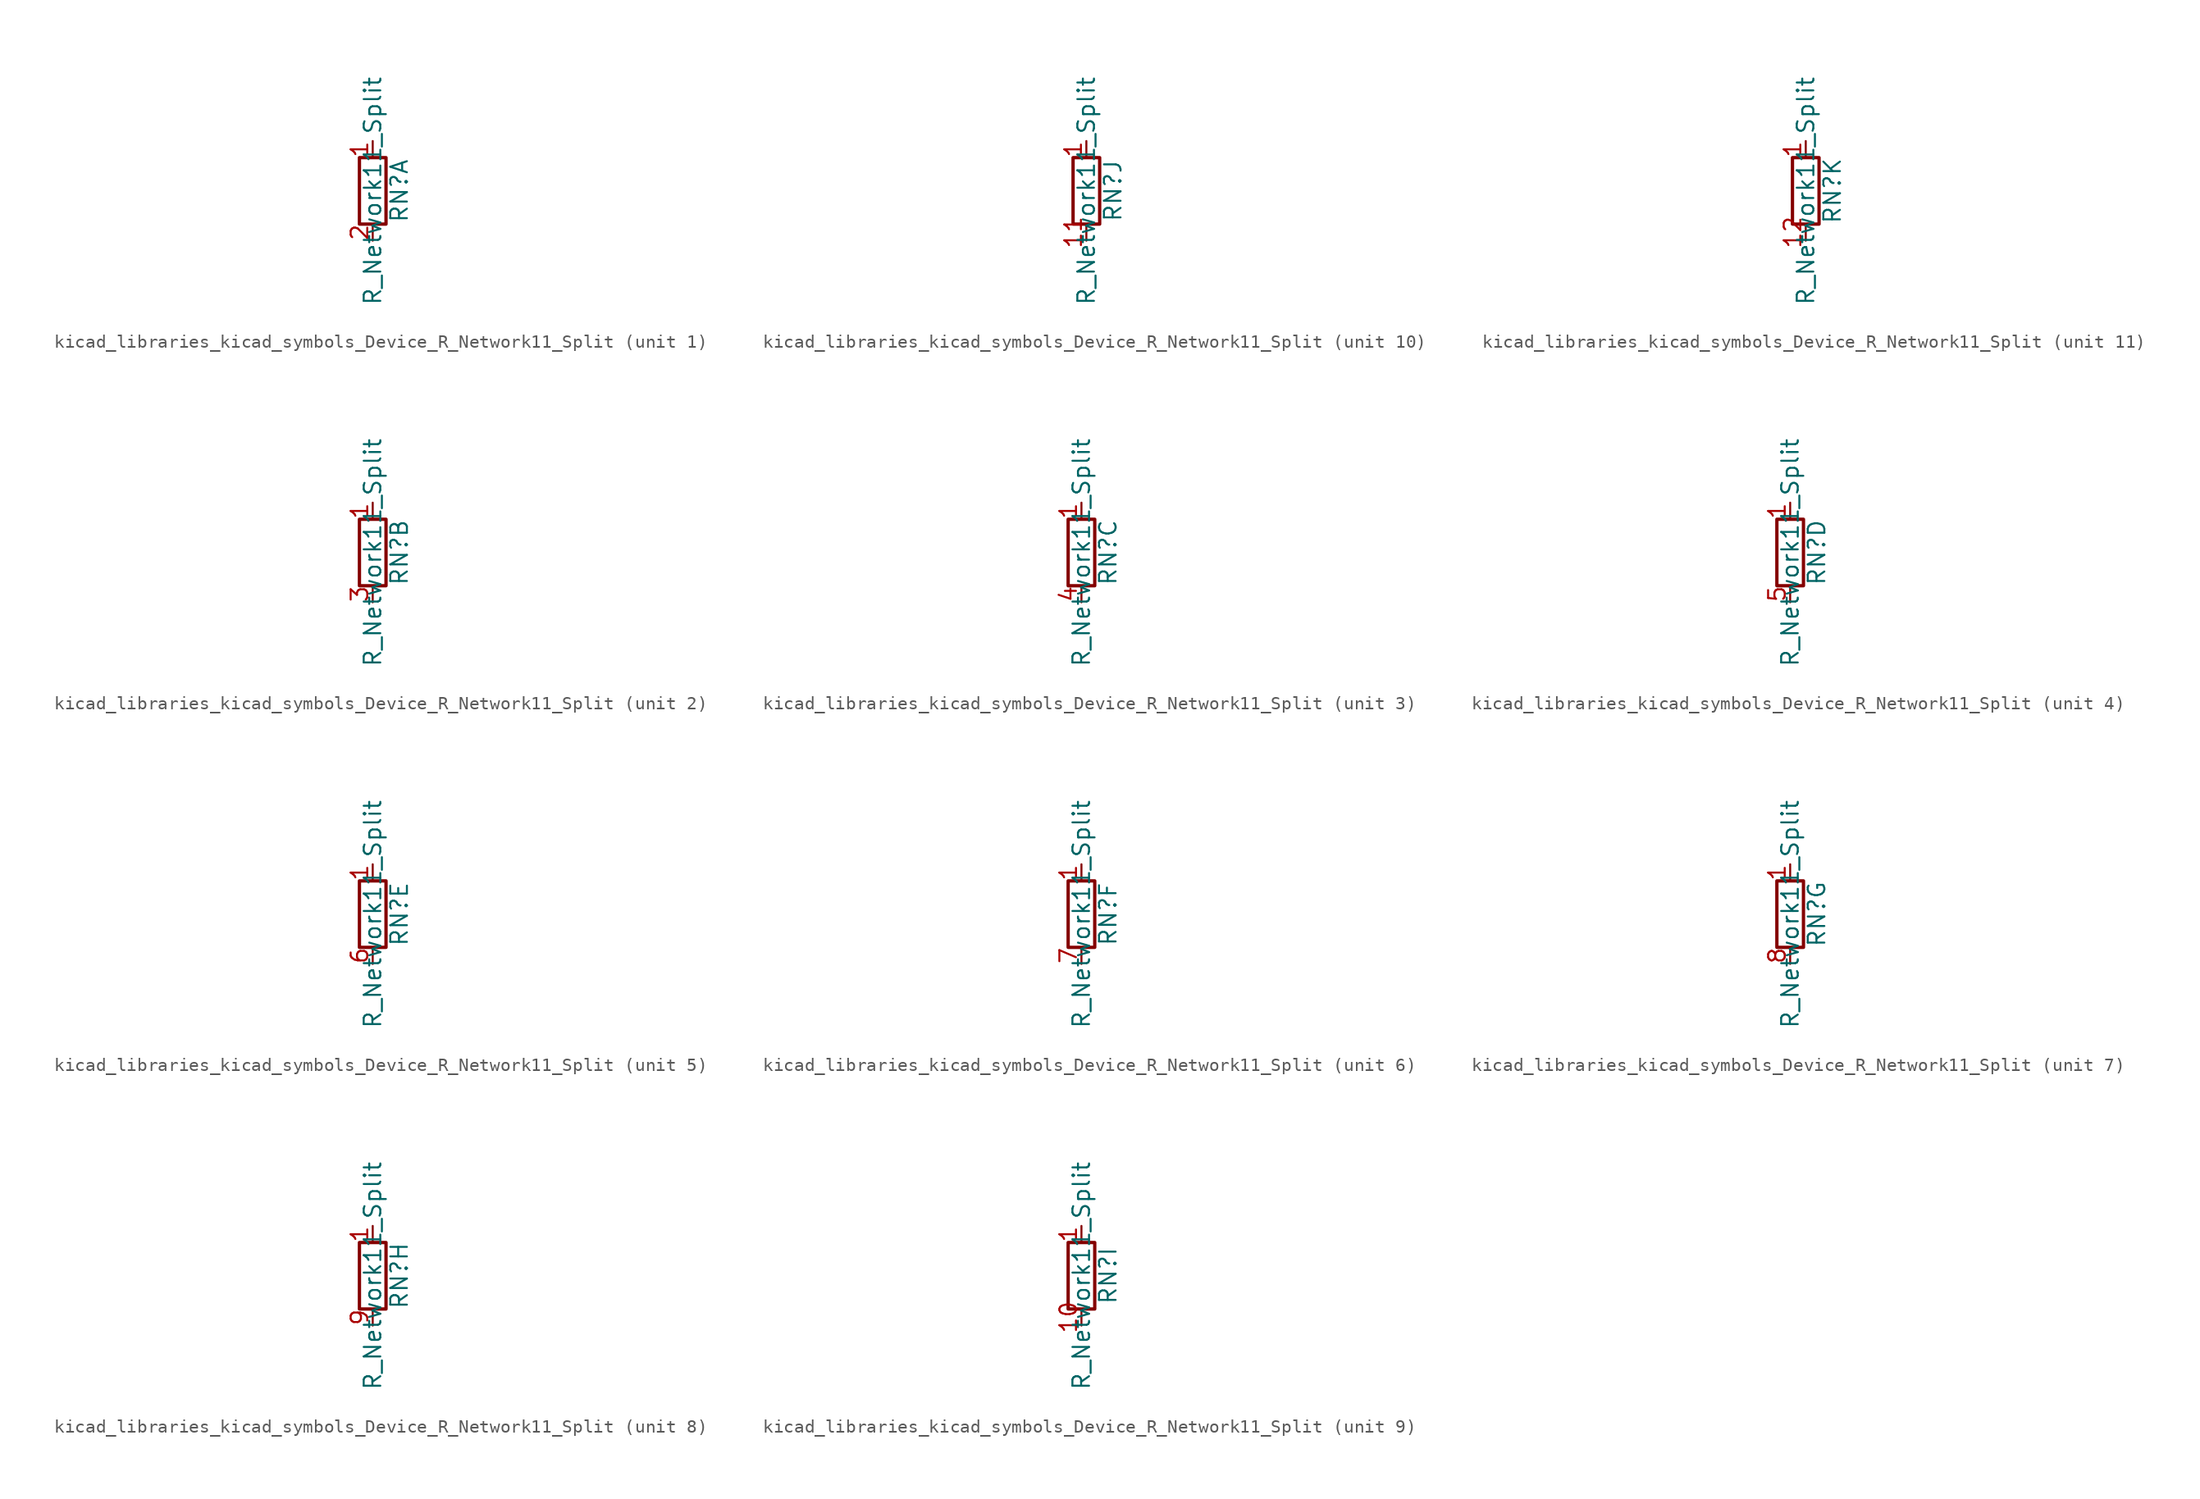
<source format=kicad_sym>
(kicad_symbol_lib
  (version 20220914)
  (generator kicad_symbol_editor)
  (symbol "kicad_libraries_kicad_symbols_Device_R_Network11_Split"
    (pin_names
      (offset 0) hide)
    (property "Reference" "RN"
      (at 2.032 0 90)
      (effects (font (size 1.27 1.27))))
    (property "Value" "R_Network11_Split"
      (at 0 0 90)
      (effects (font (size 1.27 1.27))))
    (symbol "kicad_libraries_kicad_symbols_Device_R_Network11_Split_0_1"
      (rectangle (start 1.016 2.54) (end -1.016 -2.54) (stroke (width 0.254) (type default)) (fill (type none)))
      (pin passive line (at 0 3.81 270) (length 1.27) (name "R1" (effects (font (size 1.27 1.27)))) (number "1" (effects (font (size 1.27 1.27))))))
    (symbol "kicad_libraries_kicad_symbols_Device_R_Network11_Split_1_1"
      (pin passive line (at 0 -3.81 90) (length 1.27) (name "R1.2" (effects (font (size 1.27 1.27)))) (number "2" (effects (font (size 1.27 1.27))))))
    (symbol "kicad_libraries_kicad_symbols_Device_R_Network11_Split_2_1"
      (pin passive line (at 0 -3.81 90) (length 1.27) (name "R2.2" (effects (font (size 1.27 1.27)))) (number "3" (effects (font (size 1.27 1.27))))))
    (symbol "kicad_libraries_kicad_symbols_Device_R_Network11_Split_3_1"
      (pin passive line (at 0 -3.81 90) (length 1.27) (name "R3.2" (effects (font (size 1.27 1.27)))) (number "4" (effects (font (size 1.27 1.27))))))
    (symbol "kicad_libraries_kicad_symbols_Device_R_Network11_Split_4_1"
      (pin passive line (at 0 -3.81 90) (length 1.27) (name "R4.2" (effects (font (size 1.27 1.27)))) (number "5" (effects (font (size 1.27 1.27))))))
    (symbol "kicad_libraries_kicad_symbols_Device_R_Network11_Split_5_1"
      (pin passive line (at 0 -3.81 90) (length 1.27) (name "R5.2" (effects (font (size 1.27 1.27)))) (number "6" (effects (font (size 1.27 1.27))))))
    (symbol "kicad_libraries_kicad_symbols_Device_R_Network11_Split_6_1"
      (pin passive line (at 0 -3.81 90) (length 1.27) (name "R6.2" (effects (font (size 1.27 1.27)))) (number "7" (effects (font (size 1.27 1.27))))))
    (symbol "kicad_libraries_kicad_symbols_Device_R_Network11_Split_7_1"
      (pin passive line (at 0 -3.81 90) (length 1.27) (name "R7.2" (effects (font (size 1.27 1.27)))) (number "8" (effects (font (size 1.27 1.27))))))
    (symbol "kicad_libraries_kicad_symbols_Device_R_Network11_Split_8_1"
      (pin passive line (at 0 -3.81 90) (length 1.27) (name "R8.2" (effects (font (size 1.27 1.27)))) (number "9" (effects (font (size 1.27 1.27))))))
    (symbol "kicad_libraries_kicad_symbols_Device_R_Network11_Split_9_1"
      (pin passive line (at 0 -3.81 90) (length 1.27) (name "R9.2" (effects (font (size 1.27 1.27)))) (number "10" (effects (font (size 1.27 1.27))))))
    (symbol "kicad_libraries_kicad_symbols_Device_R_Network11_Split_10_1"
      (pin passive line (at 0 -3.81 90) (length 1.27) (name "R10.2" (effects (font (size 1.27 1.27)))) (number "11" (effects (font (size 1.27 1.27))))))
    (symbol "kicad_libraries_kicad_symbols_Device_R_Network11_Split_11_1"
      (pin passive line (at 0 -3.81 90) (length 1.27) (name "R11.2" (effects (font (size 1.27 1.27)))) (number "12" (effects (font (size 1.27 1.27))))))))
</source>
